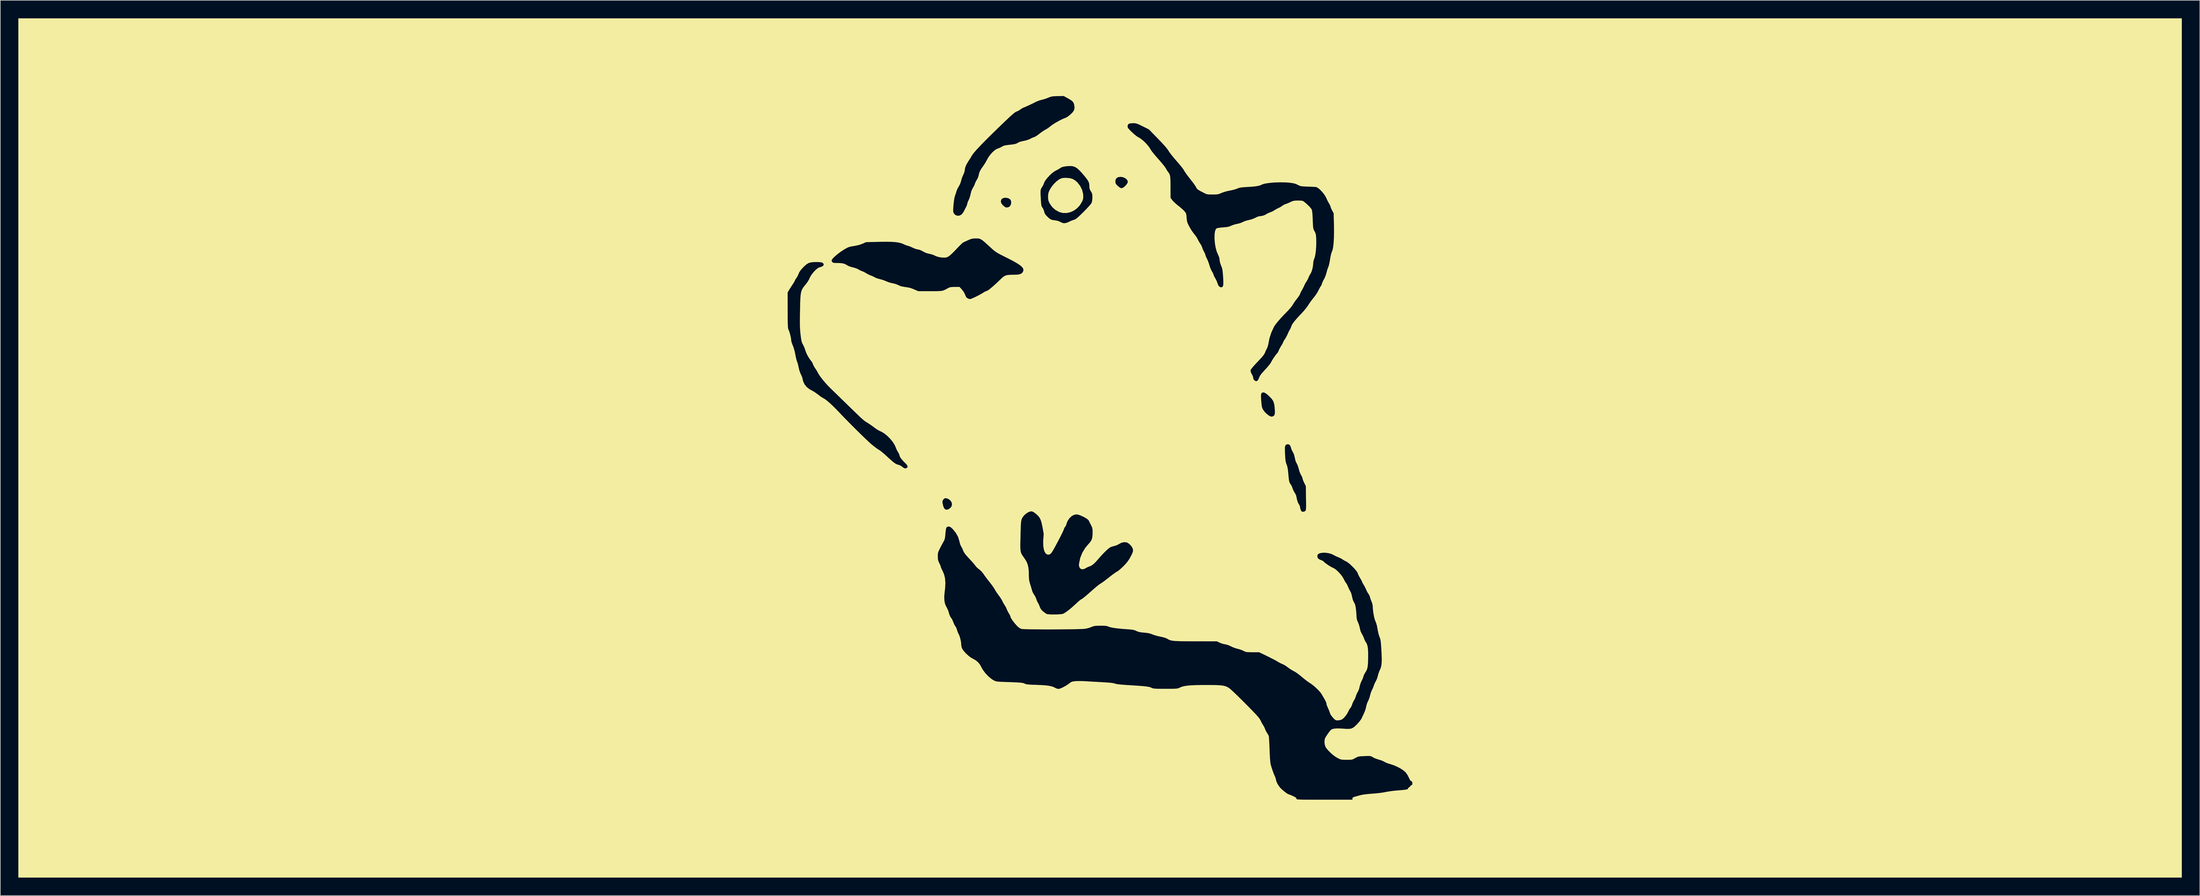
<source format=kicad_pcb>
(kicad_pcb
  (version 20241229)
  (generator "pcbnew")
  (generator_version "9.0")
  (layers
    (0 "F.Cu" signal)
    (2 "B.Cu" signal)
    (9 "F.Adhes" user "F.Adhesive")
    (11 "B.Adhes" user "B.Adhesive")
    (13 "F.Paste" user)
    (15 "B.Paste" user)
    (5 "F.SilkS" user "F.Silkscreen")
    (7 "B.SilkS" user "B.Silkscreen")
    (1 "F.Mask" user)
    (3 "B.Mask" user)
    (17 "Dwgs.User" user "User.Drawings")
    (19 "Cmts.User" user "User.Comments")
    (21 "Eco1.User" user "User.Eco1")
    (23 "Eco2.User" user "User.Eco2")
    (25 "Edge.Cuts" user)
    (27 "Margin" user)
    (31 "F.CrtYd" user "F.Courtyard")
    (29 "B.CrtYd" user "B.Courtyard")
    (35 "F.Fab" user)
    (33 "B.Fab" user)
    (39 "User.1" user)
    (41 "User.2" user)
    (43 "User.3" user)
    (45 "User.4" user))
  (footprint "silkscreen v3"
    (layer "F.Cu")
    (at 180.006 71.464)
    (property "Reference" "silkscreen v3" (at 0 0 0) (layer "F.SilkS") (effects (font (size 1.524 1.524) (thickness 0.3))))
    (attr through_hole)
    (fp_poly (pts (xy -5.034 -44.859) (xy -4.542 -44.713) (xy -4.109 -44.451) (xy -3.766 -44.138) (xy -3.31 -43.555) (xy -2.992 -42.914) (xy -2.826 -42.242) (xy -2.807 -42.032) (xy -2.8 -41.672) (xy -2.833 -41.4) (xy -2.919 -41.137) (xy -3.006 -40.944) (xy -3.366 -40.35) (xy -3.825 -39.854) (xy -4.36 -39.467) (xy -4.946 -39.2) (xy -5.56 -39.063) (xy -6.178 -39.067) (xy -6.776 -39.222) (xy -6.804 -39.234) (xy -7.444 -39.591) (xy -7.975 -40.068) (xy -8.358 -40.614) (xy -8.516 -40.928) (xy -8.603 -41.193) (xy -8.639 -41.493) (xy -8.646 -41.738) (xy -8.636 -42.11) (xy -8.586 -42.401) (xy -8.476 -42.697) (xy -8.384 -42.893) (xy -8.099 -43.369) (xy -7.731 -43.84) (xy -7.319 -44.262) (xy -6.905 -44.588) (xy -6.737 -44.688) (xy -6.481 -44.808) (xy -6.243 -44.876) (xy -5.956 -44.904) (xy -5.63 -44.907) (xy -5.034 -44.859)) (stroke (width 0.01) (type solid)) (fill yes) (layer "F.SilkS"))
    (fp_poly (pts (xy 180.001 71.543) (xy -180.001 71.543) (xy -180.001 18.083) (xy -27.009 18.083) (xy -26.997 18.461) (xy -26.948 18.75) (xy -26.846 19.03) (xy -26.755 19.219) (xy -26.624 19.494) (xy -26.533 19.719) (xy -26.501 19.839) (xy -26.463 19.967) (xy -26.363 20.196) (xy -26.223 20.479) (xy -26.208 20.507) (xy -25.955 21.103) (xy -25.802 21.762) (xy -25.746 22.507) (xy -25.785 23.358) (xy -25.867 24.03) (xy -25.936 24.768) (xy -25.914 25.428) (xy -25.804 25.985) (xy -25.681 26.289) (xy -25.471 26.696) (xy -25.329 26.992) (xy -25.239 27.212) (xy -25.187 27.393) (xy -25.174 27.454) (xy -25.103 27.704) (xy -24.991 27.981) (xy -24.866 28.226) (xy -24.754 28.382) (xy -24.731 28.4) (xy -24.664 28.499) (xy -24.561 28.712) (xy -24.443 28.998) (xy -24.428 29.035) (xy -24.302 29.336) (xy -24.181 29.58) (xy -24.088 29.718) (xy -24.082 29.723) (xy -23.992 29.857) (xy -23.89 30.096) (xy -23.823 30.301) (xy -23.718 30.616) (xy -23.598 30.907) (xy -23.53 31.036) (xy -23.41 31.301) (xy -23.292 31.67) (xy -23.194 32.078) (xy -23.13 32.459) (xy -23.115 32.672) (xy -23.083 33.054) (xy -22.977 33.393) (xy -22.776 33.728) (xy -22.462 34.098) (xy -22.288 34.276) (xy -21.814 34.705) (xy -21.389 35.005) (xy -21.206 35.099) (xy -20.711 35.379) (xy -20.285 35.735) (xy -19.969 36.132) (xy -19.877 36.305) (xy -19.535 36.931) (xy -19.085 37.54) (xy -18.566 38.087) (xy -18.014 38.533) (xy -17.722 38.712) (xy -17.551 38.8) (xy -17.389 38.864) (xy -17.202 38.909) (xy -16.959 38.94) (xy -16.625 38.962) (xy -16.168 38.981) (xy -15.951 38.989) (xy -15.146 39.017) (xy -14.492 39.041) (xy -13.97 39.064) (xy -13.563 39.086) (xy -13.251 39.11) (xy -13.018 39.137) (xy -12.843 39.168) (xy -12.71 39.204) (xy -12.6 39.249) (xy -12.552 39.272) (xy -12.416 39.329) (xy -12.245 39.373) (xy -12.015 39.407) (xy -11.699 39.434) (xy -11.272 39.456) (xy -10.709 39.476) (xy -10.524 39.482) (xy -9.729 39.514) (xy -9.081 39.559) (xy -8.558 39.622) (xy -8.136 39.707) (xy -7.795 39.816) (xy -7.511 39.953) (xy -7.469 39.978) (xy -7.207 40.096) (xy -6.94 40.152) (xy -6.919 40.153) (xy -6.699 40.109) (xy -6.383 39.985) (xy -6.013 39.803) (xy -5.63 39.584) (xy -5.274 39.349) (xy -5.062 39.186) (xy -4.861 39.038) (xy -4.652 38.947) (xy -4.375 38.892) (xy -4.131 38.865) (xy -3.792 38.847) (xy -3.346 38.843) (xy -2.856 38.853) (xy -2.455 38.871) (xy -2.027 38.897) (xy -1.478 38.929) (xy -0.858 38.964) (xy -0.215 39) (xy 0.381 39.033) (xy 1.083 39.076) (xy 1.629 39.12) (xy 2.035 39.166) (xy 2.313 39.217) (xy 2.455 39.263) (xy 2.653 39.321) (xy 2.983 39.375) (xy 3.457 39.427) (xy 4.084 39.477) (xy 4.53 39.507) (xy 5.42 39.563) (xy 6.158 39.612) (xy 6.76 39.657) (xy 7.243 39.698) (xy 7.625 39.737) (xy 7.92 39.777) (xy 8.147 39.82) (xy 8.323 39.867) (xy 8.463 39.92) (xy 8.532 39.953) (xy 8.654 40.01) (xy 8.782 40.053) (xy 8.941 40.085) (xy 9.155 40.107) (xy 9.447 40.121) (xy 9.842 40.128) (xy 10.363 40.131) (xy 10.879 40.132) (xy 11.512 40.131) (xy 12.001 40.128) (xy 12.368 40.121) (xy 12.64 40.106) (xy 12.841 40.083) (xy 12.994 40.049) (xy 13.124 40.001) (xy 13.257 39.939) (xy 13.287 39.923) (xy 13.565 39.806) (xy 13.904 39.711) (xy 14.32 39.636) (xy 14.832 39.579) (xy 15.454 39.538) (xy 16.203 39.512) (xy 17.097 39.5) (xy 17.611 39.498) (xy 18.449 39.501) (xy 19.14 39.511) (xy 19.701 39.532) (xy 20.155 39.566) (xy 20.522 39.618) (xy 20.822 39.689) (xy 21.076 39.784) (xy 21.304 39.905) (xy 21.527 40.055) (xy 21.574 40.089) (xy 21.745 40.233) (xy 22.017 40.481) (xy 22.374 40.817) (xy 22.798 41.226) (xy 23.273 41.69) (xy 23.781 42.194) (xy 24.278 42.693) (xy 24.872 43.294) (xy 25.358 43.791) (xy 25.747 44.196) (xy 26.051 44.524) (xy 26.284 44.787) (xy 26.457 45.001) (xy 26.582 45.177) (xy 26.671 45.33) (xy 26.716 45.423) (xy 26.867 45.735) (xy 27.03 46.025) (xy 27.129 46.175) (xy 27.289 46.44) (xy 27.421 46.741) (xy 27.434 46.778) (xy 27.553 47.068) (xy 27.718 47.376) (xy 27.769 47.456) (xy 27.92 47.695) (xy 28.034 47.903) (xy 28.062 47.964) (xy 28.083 48.093) (xy 28.107 48.366) (xy 28.133 48.758) (xy 28.159 49.243) (xy 28.184 49.796) (xy 28.2 50.228) (xy 28.235 51.074) (xy 28.276 51.763) (xy 28.321 52.289) (xy 28.372 52.652) (xy 28.398 52.768) (xy 28.54 53.241) (xy 28.7 53.723) (xy 28.86 54.168) (xy 29.005 54.528) (xy 29.082 54.692) (xy 29.188 54.946) (xy 29.247 55.181) (xy 29.25 55.204) (xy 29.322 55.502) (xy 29.481 55.865) (xy 29.695 56.236) (xy 29.933 56.558) (xy 30.03 56.661) (xy 30.387 56.992) (xy 30.738 57.285) (xy 31.052 57.517) (xy 31.297 57.663) (xy 31.384 57.697) (xy 31.563 57.757) (xy 31.835 57.867) (xy 32.134 57.998) (xy 32.445 58.155) (xy 32.619 58.282) (xy 32.68 58.4) (xy 32.681 58.419) (xy 32.684 58.456) (xy 32.702 58.487) (xy 32.749 58.513) (xy 32.836 58.534) (xy 32.978 58.551) (xy 33.188 58.564) (xy 33.478 58.573) (xy 33.863 58.58) (xy 34.354 58.585) (xy 34.966 58.587) (xy 35.712 58.589) (xy 36.605 58.589) (xy 37.338 58.589) (xy 41.995 58.589) (xy 41.995 58.397) (xy 42.029 58.263) (xy 42.159 58.17) (xy 42.355 58.106) (xy 42.626 58.031) (xy 42.98 57.933) (xy 43.307 57.842) (xy 43.68 57.762) (xy 44.188 57.688) (xy 44.798 57.625) (xy 45.297 57.587) (xy 45.84 57.544) (xy 46.393 57.486) (xy 46.904 57.42) (xy 47.32 57.353) (xy 47.456 57.325) (xy 47.855 57.248) (xy 48.355 57.173) (xy 48.888 57.107) (xy 49.318 57.065) (xy 49.941 57.014) (xy 50.415 56.97) (xy 50.758 56.931) (xy 50.992 56.893) (xy 51.134 56.853) (xy 51.204 56.808) (xy 51.223 56.757) (xy 51.29 56.64) (xy 51.454 56.5) (xy 51.498 56.472) (xy 51.642 56.366) (xy 51.669 56.303) (xy 51.647 56.297) (xy 51.624 56.269) (xy 51.738 56.211) (xy 51.757 56.203) (xy 51.915 56.123) (xy 51.973 55.998) (xy 51.969 55.808) (xy 51.927 55.591) (xy 51.838 55.505) (xy 51.79 55.499) (xy 51.678 55.44) (xy 51.549 55.253) (xy 51.392 54.919) (xy 51.388 54.91) (xy 51.164 54.471) (xy 50.895 54.084) (xy 50.782 53.957) (xy 50.445 53.676) (xy 49.989 53.384) (xy 49.46 53.104) (xy 48.906 52.862) (xy 48.373 52.682) (xy 48.286 52.658) (xy 47.926 52.55) (xy 47.591 52.42) (xy 47.348 52.296) (xy 47.331 52.285) (xy 47.101 52.163) (xy 46.773 52.03) (xy 46.412 51.915) (xy 46.372 51.904) (xy 46.005 51.789) (xy 45.655 51.651) (xy 45.394 51.518) (xy 45.377 51.507) (xy 45.23 51.414) (xy 45.096 51.354) (xy 44.937 51.319) (xy 44.717 51.307) (xy 44.399 51.311) (xy 43.997 51.325) (xy 43.553 51.345) (xy 43.236 51.369) (xy 43.003 51.406) (xy 42.813 51.466) (xy 42.623 51.558) (xy 42.452 51.654) (xy 42.225 51.781) (xy 42.039 51.864) (xy 41.849 51.912) (xy 41.607 51.935) (xy 41.268 51.941) (xy 41.021 51.941) (xy 40.606 51.937) (xy 40.311 51.922) (xy 40.085 51.886) (xy 39.88 51.818) (xy 39.646 51.708) (xy 39.497 51.631) (xy 39.115 51.395) (xy 38.703 51.081) (xy 38.298 50.721) (xy 37.936 50.35) (xy 37.652 50.002) (xy 37.497 49.744) (xy 37.381 49.358) (xy 37.344 48.927) (xy 37.389 48.528) (xy 37.44 48.37) (xy 37.558 48.15) (xy 37.744 47.855) (xy 37.964 47.535) (xy 38.182 47.24) (xy 38.365 47.021) (xy 38.422 46.962) (xy 38.667 46.829) (xy 39.051 46.75) (xy 39.582 46.724) (xy 40.265 46.751) (xy 40.454 46.765) (xy 41.003 46.803) (xy 41.422 46.805) (xy 41.751 46.759) (xy 42.029 46.654) (xy 42.292 46.477) (xy 42.581 46.216) (xy 42.754 46.044) (xy 43.034 45.737) (xy 43.286 45.423) (xy 43.472 45.151) (xy 43.525 45.052) (xy 43.663 44.755) (xy 43.83 44.399) (xy 43.947 44.154) (xy 44.099 43.776) (xy 44.228 43.351) (xy 44.284 43.098) (xy 44.372 42.739) (xy 44.498 42.384) (xy 44.596 42.182) (xy 44.731 41.894) (xy 44.858 41.53) (xy 44.93 41.252) (xy 45.026 40.89) (xy 45.155 40.533) (xy 45.256 40.317) (xy 45.404 40.016) (xy 45.526 39.704) (xy 45.555 39.608) (xy 45.656 39.331) (xy 45.807 39.015) (xy 45.886 38.876) (xy 46.041 38.559) (xy 46.174 38.182) (xy 46.226 37.973) (xy 46.328 37.594) (xy 46.475 37.191) (xy 46.562 36.999) (xy 46.683 36.726) (xy 46.773 36.433) (xy 46.834 36.094) (xy 46.867 35.687) (xy 46.875 35.187) (xy 46.86 34.57) (xy 46.822 33.812) (xy 46.816 33.701) (xy 46.779 33.095) (xy 46.745 32.63) (xy 46.71 32.278) (xy 46.67 32.011) (xy 46.621 31.8) (xy 46.559 31.618) (xy 46.508 31.496) (xy 46.404 31.2) (xy 46.298 30.803) (xy 46.209 30.372) (xy 46.178 30.184) (xy 46.073 29.618) (xy 45.939 29.153) (xy 45.84 28.919) (xy 45.723 28.614) (xy 45.611 28.188) (xy 45.512 27.69) (xy 45.436 27.167) (xy 45.39 26.668) (xy 45.382 26.416) (xy 45.339 26.086) (xy 45.23 25.723) (xy 45.182 25.611) (xy 45.055 25.303) (xy 44.956 24.998) (xy 44.925 24.872) (xy 44.827 24.586) (xy 44.67 24.325) (xy 44.664 24.317) (xy 44.511 24.091) (xy 44.358 23.795) (xy 44.3 23.659) (xy 44.155 23.335) (xy 43.968 22.983) (xy 43.871 22.822) (xy 43.727 22.582) (xy 43.629 22.393) (xy 43.603 22.314) (xy 43.561 22.203) (xy 43.451 21.992) (xy 43.294 21.723) (xy 43.268 21.68) (xy 43.094 21.376) (xy 42.955 21.094) (xy 42.879 20.892) (xy 42.877 20.884) (xy 42.784 20.692) (xy 42.589 20.424) (xy 42.319 20.111) (xy 42.006 19.783) (xy 41.679 19.469) (xy 41.366 19.201) (xy 41.097 19.007) (xy 40.979 18.943) (xy 40.68 18.793) (xy 40.394 18.62) (xy 40.321 18.568) (xy 40.062 18.41) (xy 39.749 18.264) (xy 39.648 18.226) (xy 39.328 18.095) (xy 38.986 17.923) (xy 38.867 17.854) (xy 38.467 17.669) (xy 37.993 17.543) (xy 37.492 17.479) (xy 37.01 17.481) (xy 36.595 17.552) (xy 36.343 17.662) (xy 36.191 17.835) (xy 36.153 18.065) (xy 36.205 18.332) (xy 36.378 18.53) (xy 36.694 18.683) (xy 36.76 18.705) (xy 36.99 18.801) (xy 37.155 18.91) (xy 37.172 18.926) (xy 37.352 19.098) (xy 37.632 19.316) (xy 37.964 19.548) (xy 38.298 19.76) (xy 38.586 19.919) (xy 38.735 19.982) (xy 39.018 20.128) (xy 39.352 20.386) (xy 39.705 20.722) (xy 40.044 21.102) (xy 40.335 21.49) (xy 40.547 21.854) (xy 40.558 21.878) (xy 40.698 22.163) (xy 40.833 22.393) (xy 40.927 22.514) (xy 41.027 22.65) (xy 41.149 22.887) (xy 41.228 23.079) (xy 41.369 23.407) (xy 41.534 23.729) (xy 41.616 23.865) (xy 41.786 24.221) (xy 41.906 24.683) (xy 41.922 24.775) (xy 42.058 25.331) (xy 42.25 25.739) (xy 42.377 25.971) (xy 42.466 26.227) (xy 42.532 26.558) (xy 42.581 26.942) (xy 42.622 27.354) (xy 42.653 27.754) (xy 42.67 28.079) (xy 42.672 28.178) (xy 42.745 28.66) (xy 42.891 29.005) (xy 43.021 29.309) (xy 43.141 29.693) (xy 43.218 30.032) (xy 43.35 30.558) (xy 43.54 30.957) (xy 43.554 30.978) (xy 43.726 31.277) (xy 43.873 31.617) (xy 43.905 31.712) (xy 44.028 32.024) (xy 44.189 32.321) (xy 44.244 32.4) (xy 44.388 32.65) (xy 44.494 32.985) (xy 44.565 33.422) (xy 44.603 33.98) (xy 44.611 34.676) (xy 44.601 35.176) (xy 44.58 35.765) (xy 44.549 36.218) (xy 44.498 36.572) (xy 44.421 36.861) (xy 44.309 37.12) (xy 44.155 37.383) (xy 44.073 37.507) (xy 43.925 37.778) (xy 43.821 38.059) (xy 43.812 38.1) (xy 43.734 38.346) (xy 43.602 38.649) (xy 43.513 38.82) (xy 43.367 39.145) (xy 43.239 39.536) (xy 43.18 39.793) (xy 43.088 40.166) (xy 42.957 40.502) (xy 42.873 40.652) (xy 42.721 40.928) (xy 42.587 41.26) (xy 42.548 41.39) (xy 42.446 41.69) (xy 42.316 41.957) (xy 42.256 42.047) (xy 42.127 42.264) (xy 42 42.559) (xy 41.948 42.717) (xy 41.846 42.996) (xy 41.726 43.222) (xy 41.661 43.303) (xy 41.538 43.461) (xy 41.396 43.71) (xy 41.314 43.885) (xy 41.11 44.272) (xy 40.845 44.65) (xy 40.555 44.974) (xy 40.276 45.204) (xy 40.159 45.266) (xy 39.887 45.342) (xy 39.576 45.38) (xy 39.526 45.381) (xy 39.324 45.369) (xy 39.164 45.312) (xy 38.996 45.183) (xy 38.772 44.952) (xy 38.759 44.938) (xy 38.496 44.612) (xy 38.312 44.299) (xy 38.258 44.155) (xy 38.169 43.891) (xy 38.035 43.561) (xy 37.922 43.316) (xy 37.793 43.022) (xy 37.704 42.757) (xy 37.677 42.602) (xy 37.662 42.495) (xy 37.61 42.347) (xy 37.511 42.139) (xy 37.354 41.849) (xy 37.128 41.457) (xy 36.827 40.948) (xy 36.626 40.675) (xy 36.325 40.343) (xy 35.963 39.989) (xy 35.579 39.649) (xy 35.212 39.36) (xy 34.967 39.197) (xy 34.683 39.009) (xy 34.321 38.744) (xy 33.928 38.437) (xy 33.57 38.138) (xy 33.208 37.84) (xy 32.843 37.565) (xy 32.518 37.343) (xy 32.274 37.205) (xy 32.27 37.204) (xy 31.974 37.047) (xy 31.623 36.826) (xy 31.289 36.586) (xy 31.27 36.571) (xy 30.961 36.348) (xy 30.651 36.154) (xy 30.399 36.028) (xy 30.372 36.018) (xy 30.084 35.894) (xy 29.762 35.727) (xy 29.637 35.652) (xy 29.319 35.464) (xy 28.965 35.27) (xy 28.829 35.2) (xy 28.537 35.054) (xy 28.264 34.915) (xy 28.152 34.857) (xy 27.961 34.761) (xy 27.669 34.618) (xy 27.326 34.451) (xy 27.178 34.38) (xy 26.458 34.036) (xy 25.358 34.035) (xy 24.899 34.032) (xy 24.572 34.022) (xy 24.339 33.997) (xy 24.162 33.954) (xy 24.003 33.885) (xy 23.876 33.815) (xy 23.586 33.681) (xy 23.217 33.553) (xy 22.908 33.473) (xy 22.507 33.361) (xy 22.08 33.198) (xy 21.808 33.066) (xy 21.367 32.866) (xy 20.931 32.741) (xy 20.828 32.724) (xy 20.476 32.651) (xy 20.091 32.526) (xy 19.897 32.444) (xy 19.431 32.222) (xy 15.875 32.219) (xy 14.937 32.217) (xy 14.151 32.212) (xy 13.501 32.204) (xy 12.971 32.19) (xy 12.544 32.169) (xy 12.203 32.14) (xy 11.932 32.1) (xy 11.714 32.05) (xy 11.533 31.986) (xy 11.371 31.908) (xy 11.213 31.813) (xy 11.194 31.801) (xy 10.916 31.671) (xy 10.512 31.548) (xy 10.075 31.453) (xy 9.642 31.358) (xy 9.196 31.236) (xy 8.814 31.109) (xy 8.721 31.071) (xy 8.345 30.935) (xy 7.945 30.845) (xy 7.456 30.786) (xy 7.324 30.776) (xy 6.855 30.731) (xy 6.503 30.668) (xy 6.217 30.576) (xy 6.054 30.501) (xy 5.829 30.401) (xy 5.584 30.329) (xy 5.279 30.277) (xy 4.868 30.237) (xy 4.615 30.218) (xy 3.69 30.148) (xy 2.927 30.074) (xy 2.316 29.996) (xy 1.85 29.91) (xy 1.52 29.818) (xy 1.439 29.785) (xy 1.241 29.709) (xy 1.024 29.66) (xy 0.748 29.632) (xy 0.373 29.622) (xy 0.035 29.622) (xy -0.421 29.63) (xy -0.751 29.648) (xy -1.001 29.683) (xy -1.213 29.743) (xy -1.432 29.833) (xy -1.449 29.841) (xy -1.789 29.967) (xy -2.196 30.077) (xy -2.5 30.134) (xy -2.734 30.154) (xy -3.109 30.173) (xy -3.606 30.189) (xy -4.208 30.204) (xy -4.894 30.216) (xy -5.648 30.225) (xy -6.449 30.233) (xy -7.28 30.238) (xy -8.122 30.24) (xy -8.956 30.241) (xy -9.763 30.238) (xy -10.525 30.233) (xy -11.224 30.226) (xy -11.84 30.216) (xy -12.355 30.203) (xy -12.751 30.188) (xy -13.008 30.17) (xy -13.094 30.157) (xy -13.376 30.027) (xy -13.68 29.787) (xy -13.903 29.561) (xy -14.209 29.211) (xy -14.483 28.86) (xy -14.704 28.541) (xy -14.851 28.284) (xy -14.901 28.123) (xy -14.945 27.985) (xy -15.056 27.765) (xy -15.153 27.605) (xy -15.327 27.302) (xy -15.48 26.983) (xy -15.531 26.856) (xy -15.663 26.556) (xy -15.828 26.271) (xy -15.862 26.224) (xy -16.024 25.972) (xy -16.187 25.666) (xy -16.237 25.557) (xy -16.376 25.293) (xy -16.581 24.967) (xy -16.811 24.644) (xy -16.833 24.616) (xy -17.079 24.28) (xy -17.319 23.919) (xy -17.503 23.61) (xy -17.507 23.601) (xy -17.663 23.346) (xy -17.895 23.008) (xy -18.172 22.634) (xy -18.425 22.312) (xy -18.718 21.942) (xy -19.004 21.565) (xy -19.247 21.23) (xy -19.395 21.011) (xy -19.69 20.627) (xy -20.035 20.306) (xy -20.112 20.25) (xy -20.388 20.032) (xy -20.636 19.781) (xy -20.741 19.647) (xy -20.89 19.45) (xy -21.121 19.174) (xy -21.4 18.86) (xy -21.609 18.635) (xy -22.003 18.211) (xy -22.296 17.879) (xy -22.507 17.611) (xy -22.656 17.38) (xy -22.764 17.16) (xy -22.814 17.028) (xy -22.937 16.739) (xy -23.066 16.502) (xy -13.272 16.502) (xy -13.259 16.876) (xy -13.228 17.175) (xy -13.173 17.422) (xy -13.091 17.64) (xy -12.976 17.852) (xy -12.825 18.082) (xy -12.633 18.354) (xy -12.509 18.527) (xy -12.246 18.957) (xy -12.058 19.412) (xy -11.936 19.929) (xy -11.871 20.543) (xy -11.855 21.163) (xy -11.844 21.647) (xy -11.808 22.029) (xy -11.737 22.375) (xy -11.643 22.687) (xy -11.526 23.059) (xy -11.416 23.43) (xy -11.337 23.722) (xy -11.335 23.731) (xy -11.22 24.052) (xy -11.052 24.362) (xy -10.994 24.442) (xy -10.819 24.718) (xy -10.668 25.047) (xy -10.629 25.161) (xy -10.522 25.457) (xy -10.396 25.722) (xy -10.345 25.805) (xy -10.223 26.023) (xy -10.096 26.316) (xy -10.042 26.469) (xy -9.895 26.801) (xy -9.67 27.084) (xy -9.484 27.253) (xy -9.233 27.451) (xy -9.005 27.61) (xy -8.874 27.682) (xy -8.682 27.721) (xy -8.364 27.747) (xy -7.961 27.76) (xy -7.516 27.761) (xy -7.071 27.749) (xy -6.669 27.727) (xy -6.35 27.693) (xy -6.174 27.655) (xy -5.912 27.522) (xy -5.558 27.285) (xy -5.135 26.962) (xy -4.667 26.572) (xy -4.178 26.132) (xy -3.926 25.894) (xy -3.639 25.628) (xy -3.385 25.413) (xy -3.194 25.273) (xy -3.104 25.231) (xy -3.004 25.176) (xy -2.799 25.024) (xy -2.51 24.79) (xy -2.156 24.491) (xy -1.759 24.144) (xy -1.591 23.994) (xy -1.168 23.621) (xy -0.77 23.28) (xy -0.419 22.99) (xy -0.139 22.77) (xy 0.048 22.639) (xy 0.085 22.618) (xy 0.252 22.518) (xy 0.519 22.332) (xy 0.857 22.082) (xy 1.235 21.791) (xy 1.459 21.613) (xy 1.845 21.309) (xy 2.207 21.037) (xy 2.516 20.817) (xy 2.74 20.671) (xy 2.821 20.628) (xy 2.991 20.523) (xy 3.243 20.324) (xy 3.544 20.059) (xy 3.861 19.756) (xy 3.865 19.752) (xy 4.297 19.299) (xy 4.629 18.89) (xy 4.902 18.475) (xy 5.01 18.282) (xy 5.23 17.866) (xy 5.375 17.561) (xy 5.458 17.333) (xy 5.489 17.147) (xy 5.479 16.966) (xy 5.464 16.876) (xy 5.343 16.579) (xy 5.116 16.266) (xy 4.828 15.987) (xy 4.529 15.794) (xy 4.413 15.752) (xy 3.973 15.718) (xy 3.51 15.835) (xy 3.148 16.032) (xy 2.864 16.186) (xy 2.53 16.311) (xy 2.426 16.338) (xy 2.118 16.419) (xy 1.832 16.511) (xy 1.749 16.544) (xy 1.531 16.68) (xy 1.229 16.928) (xy 0.865 17.268) (xy 0.46 17.681) (xy 0.035 18.144) (xy -0.317 18.551) (xy -0.761 19.049) (xy -1.147 19.409) (xy -1.491 19.647) (xy -1.81 19.775) (xy -1.82 19.777) (xy -2.06 19.867) (xy -2.324 20.008) (xy -2.369 20.037) (xy -2.629 20.166) (xy -2.896 20.233) (xy -2.942 20.235) (xy -3.209 20.16) (xy -3.404 19.955) (xy -3.507 19.652) (xy -3.508 19.348) (xy -3.301 18.367) (xy -2.946 17.468) (xy -2.442 16.649) (xy -1.983 16.106) (xy -1.674 15.758) (xy -1.464 15.448) (xy -1.333 15.127) (xy -1.265 14.745) (xy -1.239 14.255) (xy -1.237 14.139) (xy -1.241 13.763) (xy -1.268 13.489) (xy -1.334 13.251) (xy -1.452 12.982) (xy -1.508 12.869) (xy -1.662 12.563) (xy -1.798 12.289) (xy -1.887 12.107) (xy -2.026 11.952) (xy -2.284 11.766) (xy -2.622 11.57) (xy -2.999 11.384) (xy -3.372 11.228) (xy -3.702 11.125) (xy -3.925 11.092) (xy -4.339 11.172) (xy -4.742 11.396) (xy -5.102 11.738) (xy -5.392 12.173) (xy -5.503 12.423) (xy -5.596 12.682) (xy -5.657 12.876) (xy -5.673 12.947) (xy -5.73 13.054) (xy -5.799 13.123) (xy -5.898 13.264) (xy -6.003 13.5) (xy -6.043 13.62) (xy -6.114 13.8) (xy -6.254 14.1) (xy -6.446 14.491) (xy -6.677 14.945) (xy -6.931 15.434) (xy -7.194 15.931) (xy -7.45 16.406) (xy -7.686 16.832) (xy -7.885 17.181) (xy -8.034 17.424) (xy -8.065 17.469) (xy -8.316 17.718) (xy -8.6 17.803) (xy -8.809 17.766) (xy -9.048 17.596) (xy -9.238 17.281) (xy -9.373 16.84) (xy -9.45 16.292) (xy -9.463 15.654) (xy -9.446 15.343) (xy -9.419 14.975) (xy -9.398 14.664) (xy -9.384 14.452) (xy -9.38 14.393) (xy -9.394 14.266) (xy -9.434 14.008) (xy -9.495 13.654) (xy -9.571 13.24) (xy -9.588 13.151) (xy -9.711 12.568) (xy -9.841 12.117) (xy -9.998 11.76) (xy -10.199 11.46) (xy -10.467 11.179) (xy -10.735 10.948) (xy -11.05 10.719) (xy -11.301 10.605) (xy -11.459 10.583) (xy -11.747 10.646) (xy -12.084 10.81) (xy -12.416 11.045) (xy -12.689 11.317) (xy -12.721 11.358) (xy -12.848 11.53) (xy -12.95 11.687) (xy -13.029 11.848) (xy -13.09 12.036) (xy -13.135 12.271) (xy -13.168 12.575) (xy -13.193 12.969) (xy -13.211 13.473) (xy -13.228 14.11) (xy -13.241 14.69) (xy -13.258 15.432) (xy -13.27 16.028) (xy -13.272 16.502) (xy -23.066 16.502) (xy -23.082 16.473) (xy -23.116 16.423) (xy -23.217 16.22) (xy -23.321 15.912) (xy -23.408 15.561) (xy -23.416 15.519) (xy -23.625 14.848) (xy -23.984 14.192) (xy -24.472 13.585) (xy -24.61 13.448) (xy -24.861 13.229) (xy -25.056 13.125) (xy -25.243 13.118) (xy -25.371 13.152) (xy -25.486 13.207) (xy -25.569 13.299) (xy -25.629 13.457) (xy -25.676 13.71) (xy -25.717 14.087) (xy -25.742 14.378) (xy -25.793 14.86) (xy -25.858 15.206) (xy -25.943 15.447) (xy -25.985 15.521) (xy -26.095 15.709) (xy -26.256 16.003) (xy -26.445 16.357) (xy -26.582 16.62) (xy -26.772 16.997) (xy -26.895 17.274) (xy -26.966 17.5) (xy -26.999 17.724) (xy -27.008 17.995) (xy -27.009 18.083) (xy -180.001 18.083) (xy -180.001 8.937) (xy -26.23 8.937) (xy -26.218 9.182) (xy -26.209 9.256) (xy -26.138 9.587) (xy -26.028 9.911) (xy -25.986 10.003) (xy -25.811 10.243) (xy -25.593 10.332) (xy -25.309 10.277) (xy -25.147 10.203) (xy -24.834 9.961) (xy -24.668 9.635) (xy -24.638 9.382) (xy -24.715 9.069) (xy -24.92 8.775) (xy -25.211 8.543) (xy -25.541 8.416) (xy -25.768 8.394) (xy -25.923 8.458) (xy -26.059 8.597) (xy -26.183 8.767) (xy -26.23 8.937) (xy -180.001 8.937) (xy -180.001 -25.834) (xy -51.995 -25.834) (xy -51.989 -22.859) (xy -51.986 -22.066) (xy -51.983 -21.424) (xy -51.977 -20.915) (xy -51.968 -20.52) (xy -51.955 -20.22) (xy -51.937 -19.998) (xy -51.913 -19.834) (xy -51.881 -19.711) (xy -51.841 -19.61) (xy -51.814 -19.553) (xy -51.702 -19.275) (xy -51.589 -18.895) (xy -51.489 -18.478) (xy -51.418 -18.091) (xy -51.393 -17.81) (xy -51.359 -17.63) (xy -51.271 -17.353) (xy -51.147 -17.037) (xy -51.132 -17.002) (xy -50.986 -16.608) (xy -50.846 -16.115) (xy -50.73 -15.595) (xy -50.71 -15.484) (xy -50.632 -15.08) (xy -50.547 -14.714) (xy -50.468 -14.433) (xy -50.419 -14.308) (xy -50.341 -14.102) (xy -50.256 -13.791) (xy -50.181 -13.438) (xy -50.173 -13.395) (xy -50.072 -12.966) (xy -49.928 -12.523) (xy -49.794 -12.212) (xy -49.661 -11.932) (xy -49.566 -11.703) (xy -49.53 -11.575) (xy -49.507 -11.434) (xy -49.448 -11.194) (xy -49.397 -11.014) (xy -49.166 -10.516) (xy -48.794 -10.069) (xy -48.311 -9.702) (xy -48.048 -9.563) (xy -47.735 -9.394) (xy -47.366 -9.158) (xy -47.011 -8.901) (xy -46.948 -8.851) (xy -46.635 -8.611) (xy -46.325 -8.397) (xy -46.072 -8.245) (xy -46.016 -8.217) (xy -45.752 -8.058) (xy -45.397 -7.785) (xy -44.968 -7.415) (xy -44.484 -6.964) (xy -43.963 -6.447) (xy -43.504 -5.969) (xy -43.021 -5.46) (xy -42.477 -4.898) (xy -41.891 -4.3) (xy -41.283 -3.686) (xy -40.67 -3.074) (xy -40.072 -2.483) (xy -39.507 -1.933) (xy -38.996 -1.441) (xy -38.556 -1.027) (xy -38.207 -0.709) (xy -38.1 -0.615) (xy -37.739 -0.315) (xy -37.386 -0.039) (xy -37.079 0.184) (xy -36.856 0.327) (xy -36.832 0.339) (xy -36.634 0.467) (xy -36.348 0.685) (xy -36.007 0.968) (xy -35.645 1.288) (xy -35.515 1.409) (xy -35.025 1.861) (xy -34.635 2.207) (xy -34.323 2.461) (xy -34.07 2.639) (xy -33.856 2.754) (xy -33.662 2.822) (xy -33.581 2.84) (xy -33.295 2.94) (xy -33.021 3.105) (xy -32.989 3.131) (xy -32.706 3.351) (xy -32.486 3.448) (xy -32.288 3.436) (xy -32.168 3.384) (xy -32.025 3.235) (xy -32.039 3.029) (xy -32.21 2.768) (xy -32.379 2.594) (xy -32.749 2.225) (xy -33.047 1.881) (xy -33.255 1.587) (xy -33.353 1.365) (xy -33.359 1.319) (xy -33.404 1.143) (xy -33.521 0.898) (xy -33.613 0.745) (xy -33.789 0.439) (xy -33.825 0.359) (xy 30.751 0.359) (xy 30.765 0.779) (xy 30.778 1.076) (xy 30.807 1.604) (xy 30.84 2.001) (xy 30.884 2.302) (xy 30.943 2.545) (xy 31.023 2.766) (xy 31.034 2.794) (xy 31.13 3.065) (xy 31.206 3.393) (xy 31.268 3.813) (xy 31.323 4.363) (xy 31.329 4.444) (xy 31.375 4.955) (xy 31.419 5.332) (xy 31.472 5.607) (xy 31.54 5.816) (xy 31.634 5.992) (xy 31.761 6.169) (xy 31.762 6.171) (xy 31.886 6.386) (xy 31.994 6.662) (xy 32.011 6.721) (xy 32.117 7.005) (xy 32.276 7.322) (xy 32.354 7.449) (xy 32.502 7.698) (xy 32.607 7.914) (xy 32.634 7.999) (xy 32.735 8.503) (xy 32.831 8.876) (xy 32.934 9.153) (xy 33.056 9.371) (xy 33.062 9.379) (xy 33.194 9.616) (xy 33.268 9.832) (xy 33.274 9.886) (xy 33.307 10.096) (xy 33.386 10.349) (xy 33.397 10.374) (xy 33.507 10.576) (xy 33.646 10.658) (xy 33.772 10.668) (xy 34.004 10.622) (xy 34.165 10.527) (xy 34.21 10.466) (xy 34.244 10.373) (xy 34.267 10.225) (xy 34.281 10.001) (xy 34.287 9.68) (xy 34.286 9.241) (xy 34.279 8.663) (xy 34.274 8.389) (xy 34.243 6.392) (xy 33.97 5.843) (xy 33.834 5.546) (xy 33.736 5.288) (xy 33.697 5.123) (xy 33.697 5.119) (xy 33.653 4.949) (xy 33.541 4.709) (xy 33.455 4.562) (xy 33.313 4.281) (xy 33.175 3.913) (xy 33.072 3.546) (xy 32.972 3.185) (xy 32.844 2.844) (xy 32.716 2.596) (xy 32.714 2.593) (xy 32.531 2.204) (xy 32.418 1.708) (xy 32.275 1.123) (xy 32.095 0.749) (xy 31.942 0.466) (xy 31.826 0.188) (xy 31.793 0.072) (xy 31.671 -0.301) (xy 31.492 -0.52) (xy 31.248 -0.593) (xy 31.242 -0.593) (xy 30.989 -0.524) (xy 30.856 -0.385) (xy 30.803 -0.281) (xy 30.768 -0.142) (xy 30.752 0.062) (xy 30.751 0.359) (xy -33.825 0.359) (xy -33.937 0.11) (xy -33.982 -0.018) (xy -34.182 -0.477) (xy -34.502 -0.974) (xy -34.909 -1.473) (xy -35.37 -1.939) (xy -35.852 -2.34) (xy -36.323 -2.639) (xy -36.588 -2.756) (xy -36.82 -2.867) (xy -37.128 -3.052) (xy -37.457 -3.279) (xy -37.575 -3.367) (xy -37.921 -3.625) (xy -38.284 -3.879) (xy -38.598 -4.085) (xy -38.669 -4.127) (xy -38.834 -4.227) (xy -38.985 -4.323) (xy -39.135 -4.428) (xy -39.298 -4.554) (xy -39.487 -4.713) (xy -39.716 -4.918) (xy -39.998 -5.182) (xy -40.349 -5.516) (xy -40.781 -5.932) (xy -41.308 -6.444) (xy -41.868 -6.987) (xy -42.416 -7.521) (xy -42.962 -8.052) (xy -43.48 -8.556) (xy 26.774 -8.556) (xy 26.79 -8.145) (xy 26.823 -7.702) (xy 26.864 -7.247) (xy 26.907 -6.921) (xy 26.962 -6.681) (xy 27.037 -6.487) (xy 27.142 -6.297) (xy 27.149 -6.285) (xy 27.382 -5.973) (xy 27.672 -5.674) (xy 27.983 -5.42) (xy 28.276 -5.24) (xy 28.514 -5.165) (xy 28.53 -5.165) (xy 28.757 -5.209) (xy 28.907 -5.298) (xy 29.008 -5.427) (xy 29.07 -5.594) (xy 29.097 -5.83) (xy 29.092 -6.168) (xy 29.058 -6.64) (xy 29.056 -6.666) (xy 29 -7.149) (xy 28.912 -7.526) (xy 28.767 -7.845) (xy 28.542 -8.154) (xy 28.213 -8.501) (xy 28.087 -8.623) (xy 27.732 -8.939) (xy 27.448 -9.128) (xy 27.213 -9.204) (xy 27.044 -9.192) (xy 26.919 -9.137) (xy 26.835 -9.028) (xy 26.787 -8.842) (xy 26.774 -8.556) (xy -43.48 -8.556) (xy -43.486 -8.562) (xy -43.967 -9.029) (xy -44.382 -9.433) (xy -44.713 -9.755) (xy -44.883 -9.92) (xy -45.319 -10.365) (xy -45.753 -10.845) (xy -46.159 -11.331) (xy -46.514 -11.791) (xy -46.793 -12.196) (xy -46.969 -12.509) (xy -47.11 -12.772) (xy -47.299 -13.07) (xy -47.386 -13.193) (xy -47.567 -13.471) (xy -47.714 -13.756) (xy -47.758 -13.87) (xy -47.864 -14.125) (xy -47.99 -14.334) (xy -48.004 -14.351) (xy -48.33 -14.78) (xy -48.635 -15.274) (xy -48.882 -15.772) (xy -49.027 -16.168) (xy -49.15 -16.539) (xy -49.307 -16.913) (xy -49.433 -17.157) (xy -49.538 -17.35) (xy -49.618 -17.554) (xy -49.684 -17.807) (xy -49.744 -18.145) (xy -49.806 -18.605) (xy -49.827 -18.771) (xy -49.871 -19.16) (xy -49.904 -19.539) (xy -49.927 -19.935) (xy -49.941 -20.377) (xy -49.946 -20.892) (xy -49.943 -21.508) (xy -49.934 -22.253) (xy -49.928 -22.623) (xy -49.911 -23.488) (xy -49.893 -24.204) (xy -49.869 -24.789) (xy -49.836 -25.263) (xy -49.789 -25.646) (xy -49.726 -25.957) (xy -49.642 -26.216) (xy -49.533 -26.442) (xy -49.397 -26.655) (xy -49.229 -26.875) (xy -49.082 -27.052) (xy -48.826 -27.379) (xy -48.603 -27.702) (xy -48.442 -27.976) (xy -48.391 -28.093) (xy -48.23 -28.443) (xy -47.987 -28.822) (xy -47.69 -29.199) (xy -47.371 -29.539) (xy -47.057 -29.812) (xy -46.777 -29.984) (xy -46.655 -30.023) (xy -46.307 -30.124) (xy -46.078 -30.274) (xy -45.98 -30.452) (xy -46.026 -30.639) (xy -46.162 -30.772) (xy -46.303 -30.836) (xy -46.525 -30.877) (xy -46.86 -30.898) (xy -47.266 -30.903) (xy -47.789 -30.89) (xy -48.197 -30.835) (xy -48.535 -30.72) (xy -48.852 -30.524) (xy -49.193 -30.228) (xy -49.459 -29.961) (xy -49.81 -29.571) (xy -50.04 -29.237) (xy -50.161 -28.967) (xy -50.3 -28.641) (xy -50.482 -28.319) (xy -50.547 -28.226) (xy -50.693 -28.014) (xy -50.784 -27.85) (xy -50.798 -27.802) (xy -50.844 -27.69) (xy -50.964 -27.481) (xy -51.133 -27.217) (xy -51.167 -27.167) (xy -51.386 -26.836) (xy -51.603 -26.497) (xy -51.765 -26.231) (xy -51.995 -25.834) (xy -180.001 -25.834) (xy -180.001 -31.217) (xy -44.67 -31.217) (xy -44.654 -31.03) (xy -44.572 -30.897) (xy -44.471 -30.815) (xy -44.325 -30.766) (xy -44.093 -30.741) (xy -43.735 -30.734) (xy -43.695 -30.734) (xy -43.175 -30.719) (xy -42.776 -30.665) (xy -42.449 -30.563) (xy -42.15 -30.401) (xy -42.08 -30.353) (xy -41.822 -30.219) (xy -41.467 -30.092) (xy -41.141 -30.008) (xy -40.776 -29.912) (xy -40.438 -29.788) (xy -40.207 -29.667) (xy -39.935 -29.51) (xy -39.655 -29.39) (xy -39.604 -29.375) (xy -39.355 -29.277) (xy -39.064 -29.122) (xy -38.937 -29.041) (xy -38.619 -28.857) (xy -38.261 -28.693) (xy -38.142 -28.649) (xy -37.847 -28.535) (xy -37.584 -28.406) (xy -37.493 -28.351) (xy -37.298 -28.253) (xy -36.999 -28.148) (xy -36.66 -28.057) (xy -36.647 -28.054) (xy -36.255 -27.948) (xy -35.852 -27.809) (xy -35.56 -27.684) (xy -35.211 -27.542) (xy -34.801 -27.42) (xy -34.528 -27.363) (xy -34.149 -27.278) (xy -33.784 -27.152) (xy -33.588 -27.057) (xy -33.138 -26.87) (xy -32.571 -26.757) (xy -32.129 -26.697) (xy -31.797 -26.638) (xy -31.517 -26.564) (xy -31.228 -26.461) (xy -30.873 -26.312) (xy -30.861 -26.307) (xy -30.268 -26.049) (xy -28.279 -26.048) (xy -27.639 -26.047) (xy -27.141 -26.05) (xy -26.756 -26.061) (xy -26.456 -26.086) (xy -26.212 -26.129) (xy -25.997 -26.195) (xy -25.782 -26.29) (xy -25.539 -26.418) (xy -25.24 -26.584) (xy -25.231 -26.589) (xy -25.034 -26.676) (xy -24.792 -26.727) (xy -24.46 -26.751) (xy -24.163 -26.755) (xy -23.391 -26.755) (xy -23.011 -26.348) (xy -22.722 -25.977) (xy -22.516 -25.589) (xy -22.488 -25.512) (xy -22.327 -25.135) (xy -22.124 -24.898) (xy -21.845 -24.77) (xy -21.61 -24.732) (xy -21.493 -24.763) (xy -21.262 -24.855) (xy -20.951 -24.991) (xy -20.679 -25.119) (xy -20.284 -25.317) (xy -19.899 -25.524) (xy -19.578 -25.71) (xy -19.443 -25.796) (xy -19.192 -25.95) (xy -18.977 -26.052) (xy -18.874 -26.077) (xy -18.732 -26.136) (xy -18.488 -26.302) (xy -18.159 -26.562) (xy -17.761 -26.902) (xy -17.312 -27.308) (xy -16.827 -27.767) (xy -16.665 -27.924) (xy -16.347 -28.229) (xy -16.083 -28.451) (xy -15.838 -28.603) (xy -15.573 -28.698) (xy -15.251 -28.751) (xy -14.835 -28.774) (xy -14.287 -28.782) (xy -14.283 -28.782) (xy -13.77 -28.801) (xy -13.394 -28.857) (xy -13.126 -28.963) (xy -12.936 -29.127) (xy -12.822 -29.305) (xy -12.75 -29.517) (xy -12.765 -29.728) (xy -12.874 -29.948) (xy -13.088 -30.183) (xy -13.417 -30.444) (xy -13.87 -30.736) (xy -14.457 -31.07) (xy -15.188 -31.452) (xy -15.601 -31.659) (xy -16.163 -31.94) (xy -16.604 -32.165) (xy -16.95 -32.352) (xy -17.232 -32.521) (xy -17.478 -32.691) (xy -17.717 -32.88) (xy -17.979 -33.108) (xy -18.292 -33.393) (xy -18.382 -33.475) (xy -18.85 -33.905) (xy -19.218 -34.233) (xy -19.507 -34.474) (xy -19.74 -34.64) (xy -19.94 -34.746) (xy -20.13 -34.806) (xy -20.333 -34.832) (xy -20.572 -34.838) (xy -20.664 -34.838) (xy -21.04 -34.827) (xy -21.336 -34.783) (xy -21.632 -34.687) (xy -21.942 -34.552) (xy -22.263 -34.404) (xy -22.547 -34.273) (xy -22.74 -34.185) (xy -22.762 -34.175) (xy -22.889 -34.082) (xy -23.103 -33.888) (xy -23.378 -33.619) (xy -23.688 -33.299) (xy -23.81 -33.17) (xy -24.281 -32.672) (xy -24.665 -32.292) (xy -24.977 -32.015) (xy -25.234 -31.826) (xy -25.456 -31.712) (xy -25.594 -31.67) (xy -25.971 -31.635) (xy -26.428 -31.666) (xy -26.896 -31.752) (xy -27.302 -31.881) (xy -27.463 -31.96) (xy -27.762 -32.096) (xy -28.131 -32.214) (xy -28.377 -32.266) (xy -28.749 -32.355) (xy -29.114 -32.489) (xy -29.295 -32.58) (xy -29.783 -32.842) (xy -30.178 -32.983) (xy -30.398 -33.014) (xy -30.574 -33.053) (xy -30.848 -33.15) (xy -31.166 -33.286) (xy -31.23 -33.316) (xy -31.538 -33.456) (xy -31.8 -33.56) (xy -31.97 -33.611) (xy -31.991 -33.613) (xy -32.137 -33.648) (xy -32.379 -33.741) (xy -32.647 -33.863) (xy -32.961 -33.996) (xy -33.311 -34.1) (xy -33.72 -34.179) (xy -34.206 -34.234) (xy -34.789 -34.267) (xy -35.49 -34.279) (xy -36.329 -34.274) (xy -36.854 -34.264) (xy -38.953 -34.216) (xy -39.521 -33.957) (xy -40.137 -33.739) (xy -40.893 -33.581) (xy -40.966 -33.569) (xy -41.356 -33.508) (xy -41.652 -33.444) (xy -41.907 -33.357) (xy -42.175 -33.228) (xy -42.508 -33.037) (xy -42.702 -32.92) (xy -43.119 -32.648) (xy -43.537 -32.342) (xy -43.926 -32.026) (xy -44.261 -31.723) (xy -44.513 -31.457) (xy -44.655 -31.252) (xy -44.67 -31.217) (xy -180.001 -31.217) (xy -180.001 -39.363) (xy -24.447 -39.363) (xy -24.431 -39.229) (xy -24.275 -38.907) (xy -24.018 -38.692) (xy -23.7 -38.597) (xy -23.36 -38.636) (xy -23.079 -38.787) (xy -22.904 -38.971) (xy -22.723 -39.233) (xy -22.654 -39.358) (xy -22.494 -39.671) (xy -22.329 -39.988) (xy -22.277 -40.086) (xy -22.166 -40.332) (xy -22.103 -40.544) (xy -22.098 -40.595) (xy -22.059 -40.764) (xy -21.959 -41.013) (xy -21.957 -41.018) (xy -16.518 -41.018) (xy -16.461 -40.728) (xy -16.246 -40.427) (xy -16.126 -40.307) (xy -15.888 -40.104) (xy -15.707 -40.002) (xy -15.528 -39.974) (xy -15.435 -39.979) (xy -15.143 -40.064) (xy -14.954 -40.241) (xy -14.816 -40.536) (xy -14.781 -40.868) (xy -14.849 -41.171) (xy -14.938 -41.311) (xy -15.188 -41.49) (xy -15.505 -41.588) (xy -15.842 -41.605) (xy -16.147 -41.539) (xy -16.373 -41.392) (xy -16.426 -41.316) (xy -16.518 -41.018) (xy -21.957 -41.018) (xy -21.872 -41.191) (xy -21.738 -41.502) (xy -21.614 -41.89) (xy -21.537 -42.227) (xy -21.494 -42.394) (xy -9.91 -42.394) (xy -9.896 -41.991) (xy -9.867 -41.454) (xy -9.86 -41.329) (xy -9.83 -40.86) (xy -9.8 -40.527) (xy -9.762 -40.299) (xy -9.712 -40.141) (xy -9.643 -40.021) (xy -9.598 -39.964) (xy -9.461 -39.738) (xy -9.345 -39.438) (xy -9.309 -39.304) (xy -9.238 -39.054) (xy -9.123 -38.841) (xy -8.933 -38.613) (xy -8.728 -38.41) (xy -8.5 -38.198) (xy -8.314 -38.054) (xy -8.124 -37.959) (xy -7.885 -37.894) (xy -7.552 -37.84) (xy -7.281 -37.804) (xy -6.958 -37.723) (xy -6.632 -37.586) (xy -6.562 -37.546) (xy -6.209 -37.386) (xy -5.859 -37.355) (xy -5.47 -37.454) (xy -5.18 -37.587) (xy -4.855 -37.739) (xy -4.526 -37.87) (xy -4.338 -37.929) (xy -4.191 -37.981) (xy -4.029 -38.073) (xy -3.831 -38.22) (xy -3.579 -38.439) (xy -3.252 -38.746) (xy -2.832 -39.158) (xy -2.763 -39.226) (xy -2.376 -39.617) (xy -2.027 -39.987) (xy -1.736 -40.311) (xy -1.524 -40.567) (xy -1.413 -40.73) (xy -1.409 -40.737) (xy -1.316 -41.072) (xy -1.272 -41.528) (xy -1.27 -41.669) (xy -1.279 -42.016) (xy -1.316 -42.259) (xy -1.397 -42.464) (xy -1.524 -42.672) (xy -1.683 -42.948) (xy -1.758 -43.21) (xy -1.778 -43.544) (xy -1.792 -43.837) (xy -1.844 -44.093) (xy -1.945 -44.329) (xy 2.543 -44.329) (xy 2.558 -44.105) (xy 2.616 -43.928) (xy 2.747 -43.755) (xy 2.976 -43.538) (xy 3.072 -43.455) (xy 3.326 -43.263) (xy 3.527 -43.19) (xy 3.727 -43.225) (xy 3.837 -43.275) (xy 4.069 -43.446) (xy 4.33 -43.716) (xy 4.549 -44.006) (xy 4.623 -44.246) (xy 4.555 -44.494) (xy 4.37 -44.725) (xy 4.095 -44.916) (xy 3.752 -45.044) (xy 3.415 -45.084) (xy 3.006 -45.03) (xy 2.725 -44.865) (xy 2.573 -44.59) (xy 2.543 -44.329) (xy -1.945 -44.329) (xy -1.953 -44.347) (xy -2.133 -44.635) (xy -2.404 -44.99) (xy -2.617 -45.249) (xy -3.082 -45.794) (xy -3.478 -46.212) (xy -3.829 -46.517) (xy -4.162 -46.723) (xy -4.502 -46.843) (xy -4.874 -46.89) (xy -5.303 -46.878) (xy -5.629 -46.845) (xy -6.041 -46.782) (xy -6.333 -46.705) (xy -6.553 -46.596) (xy -6.635 -46.538) (xy -6.882 -46.377) (xy -7.197 -46.204) (xy -7.379 -46.117) (xy -7.677 -45.942) (xy -8.02 -45.67) (xy -8.379 -45.336) (xy -8.72 -44.972) (xy -9.013 -44.612) (xy -9.227 -44.288) (xy -9.321 -44.069) (xy -9.427 -43.788) (xy -9.59 -43.482) (xy -9.657 -43.379) (xy -9.76 -43.224) (xy -9.834 -43.076) (xy -9.882 -42.908) (xy -9.906 -42.69) (xy -9.91 -42.394) (xy -21.494 -42.394) (xy -21.387 -42.797) (xy -21.179 -43.204) (xy -21.009 -43.493) (xy -20.872 -43.795) (xy -20.836 -43.903) (xy -20.728 -44.183) (xy -20.567 -44.49) (xy -20.499 -44.596) (xy -20.336 -44.902) (xy -20.218 -45.243) (xy -20.195 -45.356) (xy -20.116 -45.708) (xy -19.978 -46.051) (xy -19.759 -46.429) (xy -19.451 -46.865) (xy -19.209 -47.221) (xy -18.966 -47.63) (xy -18.809 -47.931) (xy -18.569 -48.353) (xy -18.259 -48.774) (xy -17.91 -49.162) (xy -17.553 -49.483) (xy -17.22 -49.707) (xy -17.028 -49.784) (xy -16.709 -49.899) (xy -16.39 -50.06) (xy -16.329 -50.098) (xy -16.151 -50.199) (xy -15.943 -50.275) (xy -15.667 -50.334) (xy -15.283 -50.387) (xy -15.007 -50.417) (xy -14.547 -50.471) (xy -14.217 -50.525) (xy -13.979 -50.59) (xy -13.795 -50.674) (xy -13.702 -50.732) (xy -13.35 -50.901) (xy -12.857 -51.028) (xy -12.732 -51.05) (xy -12.259 -51.156) (xy -11.829 -51.304) (xy -11.646 -51.392) (xy -11.36 -51.535) (xy -11.093 -51.646) (xy -10.969 -51.685) (xy -10.794 -51.763) (xy -10.534 -51.923) (xy -10.233 -52.137) (xy -10.08 -52.257) (xy -9.755 -52.504) (xy -9.433 -52.726) (xy -9.166 -52.889) (xy -9.081 -52.932) (xy -8.833 -53.072) (xy -8.528 -53.283) (xy -8.29 -53.475) (xy 4.572 -53.475) (xy 4.59 -53.342) (xy 4.661 -53.198) (xy 4.802 -53.016) (xy 5.036 -52.771) (xy 5.305 -52.507) (xy 5.72 -52.132) (xy 6.101 -51.833) (xy 6.414 -51.635) (xy 6.469 -51.609) (xy 6.769 -51.428) (xy 7.124 -51.144) (xy 7.497 -50.794) (xy 7.85 -50.417) (xy 8.146 -50.051) (xy 8.348 -49.732) (xy 8.363 -49.699) (xy 8.476 -49.516) (xy 8.682 -49.236) (xy 8.961 -48.887) (xy 9.29 -48.496) (xy 9.647 -48.091) (xy 10.006 -47.685) (xy 10.336 -47.296) (xy 10.614 -46.95) (xy 10.821 -46.675) (xy 10.934 -46.497) (xy 11.089 -46.217) (xy 11.261 -45.958) (xy 11.311 -45.895) (xy 11.439 -45.732) (xy 11.536 -45.569) (xy 11.608 -45.38) (xy 11.658 -45.14) (xy 11.69 -44.824) (xy 11.709 -44.408) (xy 11.717 -43.866) (xy 11.72 -43.379) (xy 11.726 -41.588) (xy 11.989 -41.22) (xy 12.172 -41.009) (xy 12.448 -40.741) (xy 12.773 -40.459) (xy 12.97 -40.301) (xy 13.313 -40.028) (xy 13.642 -39.744) (xy 13.91 -39.494) (xy 14.016 -39.382) (xy 14.176 -39.193) (xy 14.277 -39.031) (xy 14.337 -38.843) (xy 14.373 -38.58) (xy 14.397 -38.282) (xy 14.431 -37.915) (xy 14.484 -37.627) (xy 14.574 -37.357) (xy 14.72 -37.04) (xy 14.843 -36.801) (xy 15.069 -36.406) (xy 15.33 -36.003) (xy 15.581 -35.659) (xy 15.659 -35.565) (xy 15.896 -35.264) (xy 16.108 -34.949) (xy 16.247 -34.692) (xy 16.406 -34.375) (xy 16.603 -34.048) (xy 16.667 -33.955) (xy 16.831 -33.69) (xy 16.952 -33.428) (xy 16.981 -33.333) (xy 17.057 -33.105) (xy 17.188 -32.814) (xy 17.283 -32.632) (xy 17.416 -32.375) (xy 17.504 -32.163) (xy 17.526 -32.069) (xy 17.564 -31.928) (xy 17.662 -31.694) (xy 17.78 -31.453) (xy 17.938 -31.106) (xy 18.092 -30.692) (xy 18.191 -30.365) (xy 18.312 -29.987) (xy 18.471 -29.607) (xy 18.614 -29.342) (xy 18.759 -29.091) (xy 18.856 -28.882) (xy 18.881 -28.787) (xy 18.924 -28.644) (xy 19.036 -28.419) (xy 19.147 -28.232) (xy 19.323 -27.909) (xy 19.473 -27.555) (xy 19.525 -27.39) (xy 19.668 -27.03) (xy 19.865 -26.788) (xy 20.096 -26.685) (xy 20.185 -26.687) (xy 20.325 -26.732) (xy 20.425 -26.836) (xy 20.488 -27.018) (xy 20.517 -27.299) (xy 20.517 -27.7) (xy 20.49 -28.242) (xy 20.477 -28.452) (xy 20.437 -28.978) (xy 20.398 -29.372) (xy 20.352 -29.674) (xy 20.292 -29.921) (xy 20.212 -30.151) (xy 20.142 -30.317) (xy 19.98 -30.763) (xy 19.901 -31.157) (xy 19.897 -31.258) (xy 19.842 -31.639) (xy 19.669 -32.066) (xy 19.632 -32.137) (xy 19.415 -32.654) (xy 19.239 -33.289) (xy 19.117 -33.994) (xy 19.056 -34.721) (xy 19.052 -34.967) (xy 19.069 -35.556) (xy 19.126 -35.995) (xy 19.225 -36.297) (xy 19.369 -36.478) (xy 19.414 -36.506) (xy 19.574 -36.554) (xy 19.859 -36.602) (xy 20.222 -36.645) (xy 20.496 -36.667) (xy 20.966 -36.708) (xy 21.315 -36.763) (xy 21.592 -36.842) (xy 21.808 -36.937) (xy 22.121 -37.064) (xy 22.508 -37.181) (xy 22.811 -37.247) (xy 23.174 -37.332) (xy 23.526 -37.45) (xy 23.754 -37.557) (xy 24.02 -37.678) (xy 24.377 -37.797) (xy 24.749 -37.888) (xy 24.753 -37.889) (xy 25.175 -37.995) (xy 25.59 -38.144) (xy 25.849 -38.268) (xy 26.136 -38.407) (xy 26.404 -38.5) (xy 26.55 -38.524) (xy 26.911 -38.565) (xy 27.288 -38.672) (xy 27.6 -38.819) (xy 27.668 -38.866) (xy 27.863 -38.982) (xy 28.142 -39.107) (xy 28.305 -39.166) (xy 28.611 -39.288) (xy 28.893 -39.434) (xy 28.998 -39.504) (xy 29.232 -39.654) (xy 29.531 -39.812) (xy 29.666 -39.874) (xy 29.961 -40.021) (xy 30.233 -40.188) (xy 30.325 -40.258) (xy 30.581 -40.423) (xy 30.874 -40.547) (xy 30.902 -40.555) (xy 31.167 -40.647) (xy 31.489 -40.785) (xy 31.683 -40.881) (xy 31.962 -41.011) (xy 32.229 -41.087) (xy 32.553 -41.124) (xy 32.82 -41.135) (xy 33.173 -41.133) (xy 33.484 -41.113) (xy 33.696 -41.079) (xy 33.72 -41.071) (xy 33.906 -40.96) (xy 34.164 -40.757) (xy 34.456 -40.497) (xy 34.746 -40.215) (xy 34.994 -39.948) (xy 35.164 -39.73) (xy 35.196 -39.676) (xy 35.251 -39.518) (xy 35.296 -39.268) (xy 35.333 -38.906) (xy 35.363 -38.41) (xy 35.384 -37.933) (xy 35.405 -37.394) (xy 35.426 -36.994) (xy 35.45 -36.703) (xy 35.484 -36.491) (xy 35.531 -36.326) (xy 35.597 -36.179) (xy 35.683 -36.024) (xy 35.796 -35.811) (xy 35.871 -35.61) (xy 35.918 -35.373) (xy 35.947 -35.053) (xy 35.964 -34.707) (xy 35.974 -34.079) (xy 35.954 -33.441) (xy 35.909 -32.829) (xy 35.842 -32.278) (xy 35.756 -31.825) (xy 35.655 -31.503) (xy 35.652 -31.495) (xy 35.545 -31.2) (xy 35.481 -30.909) (xy 35.474 -30.819) (xy 35.437 -30.352) (xy 35.352 -29.87) (xy 35.232 -29.429) (xy 35.089 -29.083) (xy 35.03 -28.986) (xy 34.855 -28.689) (xy 34.703 -28.366) (xy 34.678 -28.298) (xy 34.545 -27.998) (xy 34.379 -27.714) (xy 34.343 -27.663) (xy 34.177 -27.405) (xy 34.021 -27.098) (xy 33.986 -27.015) (xy 33.856 -26.73) (xy 33.681 -26.392) (xy 33.555 -26.173) (xy 33.408 -25.91) (xy 33.306 -25.69) (xy 33.272 -25.574) (xy 33.221 -25.454) (xy 33.086 -25.239) (xy 32.89 -24.967) (xy 32.766 -24.807) (xy 32.512 -24.473) (xy 32.273 -24.133) (xy 32.088 -23.843) (xy 32.042 -23.762) (xy 31.898 -23.545) (xy 31.661 -23.25) (xy 31.364 -22.914) (xy 31.037 -22.572) (xy 30.998 -22.534) (xy 30.533 -22.059) (xy 30.086 -21.578) (xy 29.68 -21.116) (xy 29.337 -20.698) (xy 29.077 -20.35) (xy 28.939 -20.128) (xy 28.484 -19.144) (xy 28.183 -18.21) (xy 28.074 -17.666) (xy 27.964 -17.099) (xy 27.83 -16.665) (xy 27.743 -16.481) (xy 27.59 -16.182) (xy 27.458 -15.872) (xy 27.431 -15.795) (xy 27.341 -15.611) (xy 27.161 -15.359) (xy 26.883 -15.028) (xy 26.496 -14.603) (xy 26.203 -14.295) (xy 25.836 -13.905) (xy 25.519 -13.55) (xy 25.269 -13.253) (xy 25.103 -13.035) (xy 25.042 -12.921) (xy 25.044 -12.722) (xy 25.126 -12.467) (xy 25.302 -12.122) (xy 25.359 -12.023) (xy 25.454 -11.78) (xy 25.483 -11.584) (xy 25.563 -11.337) (xy 25.702 -11.187) (xy 25.934 -11.065) (xy 26.132 -11.097) (xy 26.307 -11.288) (xy 26.458 -11.622) (xy 26.559 -11.855) (xy 26.704 -12.094) (xy 26.915 -12.37) (xy 27.214 -12.712) (xy 27.474 -12.993) (xy 27.792 -13.343) (xy 28.077 -13.68) (xy 28.304 -13.972) (xy 28.445 -14.186) (xy 28.467 -14.23) (xy 28.589 -14.465) (xy 28.774 -14.769) (xy 28.991 -15.095) (xy 29.209 -15.4) (xy 29.398 -15.637) (xy 29.502 -15.744) (xy 29.609 -15.89) (xy 29.713 -16.114) (xy 29.725 -16.151) (xy 29.824 -16.381) (xy 29.984 -16.682) (xy 30.153 -16.961) (xy 30.315 -17.226) (xy 30.432 -17.442) (xy 30.48 -17.566) (xy 30.48 -17.569) (xy 30.527 -17.69) (xy 30.646 -17.892) (xy 30.747 -18.038) (xy 30.929 -18.328) (xy 31.116 -18.683) (xy 31.222 -18.919) (xy 31.356 -19.224) (xy 31.492 -19.496) (xy 31.581 -19.643) (xy 31.704 -19.868) (xy 31.81 -20.148) (xy 31.824 -20.196) (xy 31.93 -20.446) (xy 32.136 -20.766) (xy 32.448 -21.166) (xy 32.874 -21.654) (xy 33.422 -22.24) (xy 33.57 -22.394) (xy 33.895 -22.749) (xy 34.21 -23.125) (xy 34.476 -23.473) (xy 34.631 -23.707) (xy 34.835 -24.023) (xy 35.106 -24.403) (xy 35.399 -24.782) (xy 35.523 -24.934) (xy 35.82 -25.32) (xy 36.1 -25.737) (xy 36.319 -26.119) (xy 36.366 -26.214) (xy 36.508 -26.508) (xy 36.634 -26.739) (xy 36.722 -26.865) (xy 36.733 -26.874) (xy 36.81 -26.986) (xy 36.893 -27.198) (xy 36.92 -27.287) (xy 37.025 -27.577) (xy 37.182 -27.899) (xy 37.26 -28.031) (xy 37.399 -28.303) (xy 37.543 -28.669) (xy 37.665 -29.059) (xy 37.682 -29.126) (xy 37.78 -29.488) (xy 37.884 -29.817) (xy 37.974 -30.054) (xy 37.993 -30.094) (xy 38.06 -30.281) (xy 38.137 -30.591) (xy 38.214 -30.978) (xy 38.273 -31.331) (xy 38.362 -31.843) (xy 38.466 -32.281) (xy 38.573 -32.605) (xy 38.605 -32.676) (xy 38.713 -32.988) (xy 38.8 -33.456) (xy 38.866 -34.068) (xy 38.911 -34.813) (xy 38.933 -35.679) (xy 38.932 -36.653) (xy 38.921 -37.219) (xy 38.877 -39.006) (xy 38.616 -39.496) (xy 38.48 -39.771) (xy 38.385 -40.002) (xy 38.354 -40.127) (xy 38.311 -40.274) (xy 38.199 -40.501) (xy 38.096 -40.674) (xy 37.914 -40.993) (xy 37.747 -41.336) (xy 37.687 -41.48) (xy 37.514 -41.831) (xy 37.261 -42.21) (xy 36.959 -42.584) (xy 36.638 -42.922) (xy 36.325 -43.19) (xy 36.052 -43.356) (xy 35.953 -43.388) (xy 35.805 -43.404) (xy 35.524 -43.422) (xy 35.147 -43.439) (xy 34.71 -43.456) (xy 34.581 -43.46) (xy 34.103 -43.475) (xy 33.755 -43.495) (xy 33.501 -43.525) (xy 33.301 -43.572) (xy 33.118 -43.642) (xy 32.913 -43.744) (xy 32.888 -43.757) (xy 32.625 -43.881) (xy 32.364 -43.971) (xy 32.054 -44.038) (xy 31.647 -44.093) (xy 31.396 -44.121) (xy 30.821 -44.162) (xy 30.193 -44.176) (xy 29.542 -44.166) (xy 28.897 -44.134) (xy 28.289 -44.082) (xy 27.748 -44.012) (xy 27.304 -43.926) (xy 26.986 -43.828) (xy 26.898 -43.783) (xy 26.664 -43.674) (xy 26.337 -43.585) (xy 25.899 -43.511) (xy 25.332 -43.451) (xy 24.619 -43.402) (xy 24.398 -43.391) (xy 23.895 -43.36) (xy 23.521 -43.323) (xy 23.238 -43.274) (xy 23.005 -43.205) (xy 22.831 -43.133) (xy 22.545 -43.028) (xy 22.158 -42.919) (xy 21.74 -42.826) (xy 21.59 -42.799) (xy 21.104 -42.697) (xy 20.619 -42.56) (xy 20.217 -42.41) (xy 20.209 -42.406) (xy 19.933 -42.288) (xy 19.699 -42.212) (xy 19.455 -42.169) (xy 19.148 -42.149) (xy 18.726 -42.144) (xy 18.717 -42.144) (xy 18.265 -42.149) (xy 17.943 -42.171) (xy 17.711 -42.215) (xy 17.532 -42.285) (xy 17.515 -42.294) (xy 17.271 -42.423) (xy 16.964 -42.581) (xy 16.797 -42.666) (xy 16.451 -42.853) (xy 16.224 -43.011) (xy 16.077 -43.176) (xy 15.97 -43.381) (xy 15.965 -43.391) (xy 15.874 -43.548) (xy 15.697 -43.807) (xy 15.455 -44.136) (xy 15.17 -44.507) (xy 15.005 -44.715) (xy 14.698 -45.107) (xy 14.416 -45.484) (xy 14.183 -45.815) (xy 14.023 -46.064) (xy 13.979 -46.148) (xy 13.865 -46.332) (xy 13.659 -46.613) (xy 13.381 -46.962) (xy 13.056 -47.351) (xy 12.742 -47.71) (xy 12.383 -48.122) (xy 12.044 -48.531) (xy 11.75 -48.904) (xy 11.527 -49.211) (xy 11.411 -49.394) (xy 11.239 -49.656) (xy 10.958 -50.008) (xy 10.563 -50.457) (xy 10.048 -51.008) (xy 9.634 -51.438) (xy 8.128 -52.983) (xy 7.088 -53.5) (xy 6.661 -53.71) (xy 6.345 -53.854) (xy 6.103 -53.944) (xy 5.895 -53.994) (xy 5.683 -54.014) (xy 5.465 -54.017) (xy 5.05 -53.992) (xy 4.777 -53.907) (xy 4.625 -53.751) (xy 4.572 -53.51) (xy 4.572 -53.475) (xy -8.29 -53.475) (xy -8.24 -53.515) (xy -7.976 -53.716) (xy -7.608 -53.954) (xy -7.18 -54.207) (xy -6.733 -54.451) (xy -6.308 -54.664) (xy -5.949 -54.822) (xy -5.737 -54.893) (xy -5.573 -54.973) (xy -5.33 -55.137) (xy -5.051 -55.354) (xy -4.962 -55.429) (xy -4.599 -55.776) (xy -4.372 -56.088) (xy -4.262 -56.402) (xy -4.252 -56.754) (xy -4.264 -56.866) (xy -4.33 -57.202) (xy -4.44 -57.463) (xy -4.623 -57.683) (xy -4.908 -57.896) (xy -5.31 -58.131) (xy -6.054 -58.538) (xy -7.059 -58.52) (xy -7.511 -58.508) (xy -7.842 -58.485) (xy -8.101 -58.443) (xy -8.336 -58.374) (xy -8.595 -58.271) (xy -8.625 -58.258) (xy -9.001 -58.112) (xy -9.407 -57.983) (xy -9.694 -57.911) (xy -10.073 -57.808) (xy -10.475 -57.658) (xy -10.668 -57.569) (xy -11.038 -57.383) (xy -11.446 -57.185) (xy -11.855 -56.992) (xy -12.231 -56.821) (xy -12.535 -56.688) (xy -12.732 -56.611) (xy -12.756 -56.603) (xy -12.933 -56.519) (xy -13.163 -56.37) (xy -13.255 -56.3) (xy -13.532 -56.118) (xy -13.833 -55.974) (xy -13.911 -55.947) (xy -14.021 -55.899) (xy -14.167 -55.806) (xy -14.36 -55.659) (xy -14.61 -55.447) (xy -14.93 -55.16) (xy -15.33 -54.788) (xy -15.821 -54.322) (xy -16.416 -53.751) (xy -16.757 -53.421) (xy -17.714 -52.491) (xy -18.55 -51.668) (xy -19.268 -50.948) (xy -19.874 -50.327) (xy -20.372 -49.8) (xy -20.767 -49.362) (xy -21.062 -49.008) (xy -21.264 -48.733) (xy -21.335 -48.616) (xy -21.498 -48.336) (xy -21.712 -47.995) (xy -21.915 -47.687) (xy -22.268 -47.092) (xy -22.469 -46.569) (xy -22.521 -46.187) (xy -22.56 -45.966) (xy -22.66 -45.67) (xy -22.774 -45.414) (xy -22.931 -45.053) (xy -23.066 -44.655) (xy -23.126 -44.418) (xy -23.272 -43.952) (xy -23.5 -43.512) (xy -23.514 -43.491) (xy -23.698 -43.17) (xy -23.855 -42.818) (xy -23.916 -42.634) (xy -24.01 -42.316) (xy -24.114 -42.012) (xy -24.154 -41.91) (xy -24.215 -41.693) (xy -24.277 -41.356) (xy -24.336 -40.942) (xy -24.386 -40.493) (xy -24.425 -40.051) (xy -24.446 -39.66) (xy -24.447 -39.363) (xy -180.001 -39.363) (xy -180.001 -71.459) (xy 180.001 -71.459) (xy 180.001 71.543)) (stroke (width 0.01) (type solid)) (fill yes) (layer "F.SilkS")))
  (gr_rect
    (start -3 -3)
    (end 363.013 146.012)
    (stroke (width 0.1) (type default))
    (fill no)
    (layer "Edge.Cuts")))
</source>
